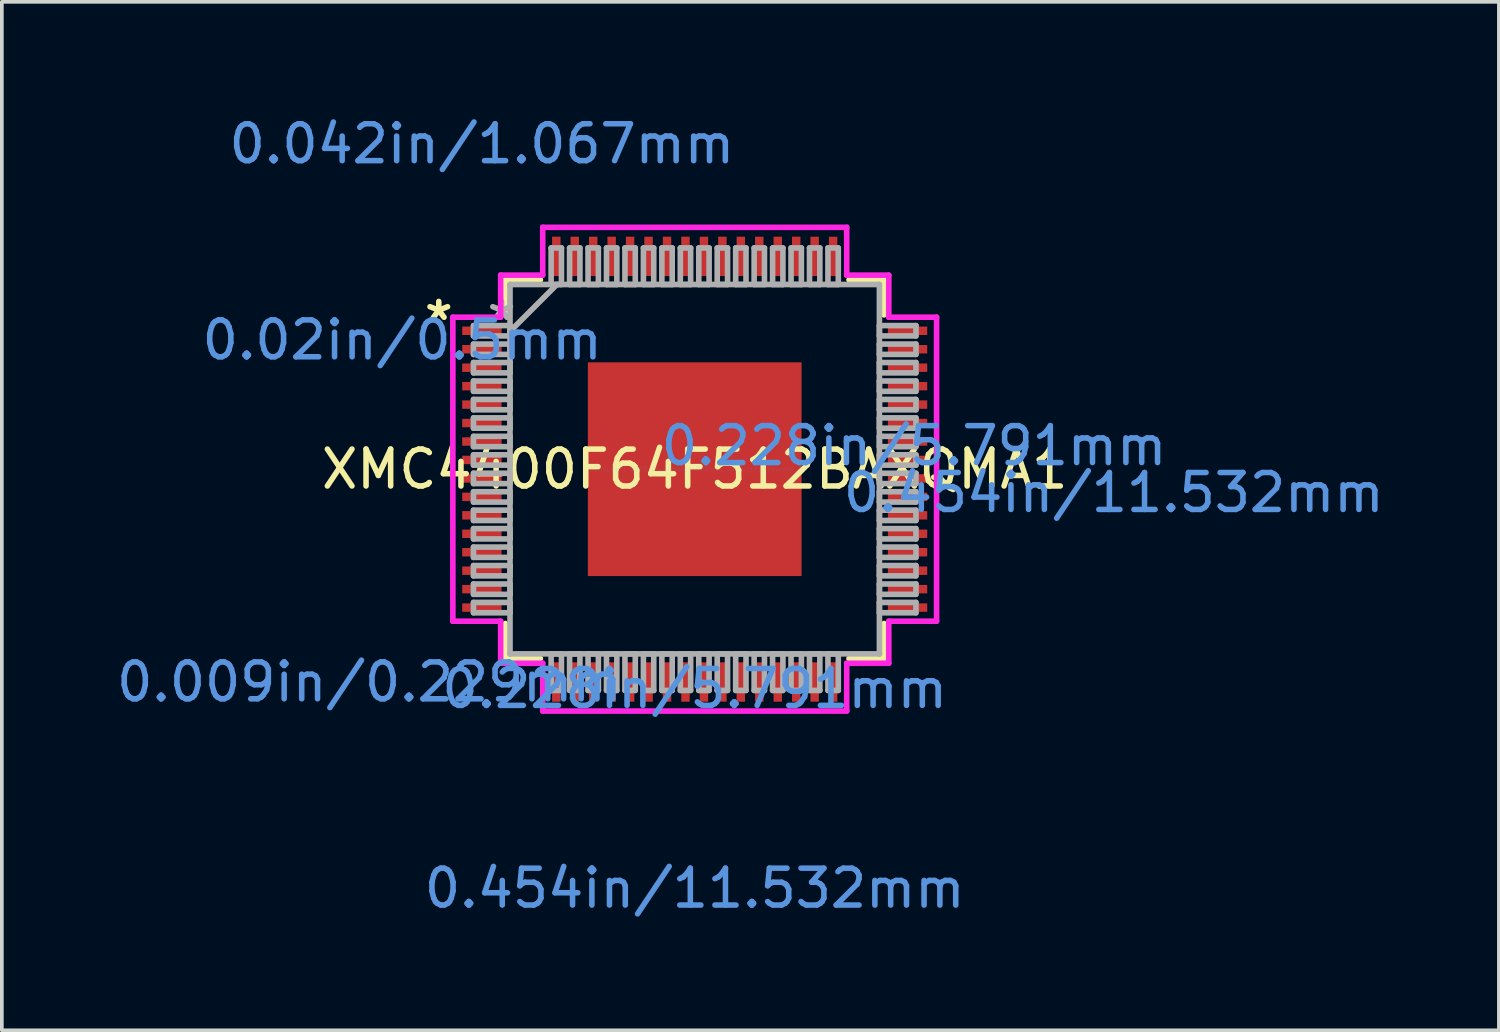
<source format=kicad_pcb>
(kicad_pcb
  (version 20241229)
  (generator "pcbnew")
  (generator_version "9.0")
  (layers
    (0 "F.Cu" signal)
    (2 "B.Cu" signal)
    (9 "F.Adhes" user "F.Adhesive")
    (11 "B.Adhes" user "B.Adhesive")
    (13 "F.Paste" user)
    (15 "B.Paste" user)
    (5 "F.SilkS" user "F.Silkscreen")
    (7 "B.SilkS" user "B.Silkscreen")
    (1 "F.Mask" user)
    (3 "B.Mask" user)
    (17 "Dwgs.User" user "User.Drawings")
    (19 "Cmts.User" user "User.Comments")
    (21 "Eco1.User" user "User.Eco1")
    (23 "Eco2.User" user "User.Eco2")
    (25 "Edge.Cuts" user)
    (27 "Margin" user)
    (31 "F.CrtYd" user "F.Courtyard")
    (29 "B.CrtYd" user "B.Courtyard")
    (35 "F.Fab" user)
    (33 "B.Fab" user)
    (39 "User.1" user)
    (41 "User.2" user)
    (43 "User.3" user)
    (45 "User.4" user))
  (footprint "XMC4400F64F512BAXQMA1"
    (layer "F.Cu")
    (at 15.772 9.662)
    (property "Reference" "XMC4400F64F512BAXQMA1" (at 0 0 0) (layer "F.SilkS") (effects (font (size 1 1) (thickness 0.15))))
    (attr through_hole)
    (fp_line (start -5.131 -5.131) (end -5.131 -4.181) (stroke (width 0.152) (type solid)) (layer "F.SilkS"))
    (fp_line (start -5.131 4.181) (end -5.131 5.131) (stroke (width 0.152) (type solid)) (layer "F.SilkS"))
    (fp_line (start -5.131 5.131) (end -4.181 5.131) (stroke (width 0.152) (type solid)) (layer "F.SilkS"))
    (fp_line (start -4.181 -5.131) (end -5.131 -5.131) (stroke (width 0.152) (type solid)) (layer "F.SilkS"))
    (fp_line (start 4.181 5.131) (end 5.131 5.131) (stroke (width 0.152) (type solid)) (layer "F.SilkS"))
    (fp_line (start 5.131 -5.131) (end 4.181 -5.131) (stroke (width 0.152) (type solid)) (layer "F.SilkS"))
    (fp_line (start 5.131 -4.181) (end 5.131 -5.131) (stroke (width 0.152) (type solid)) (layer "F.SilkS"))
    (fp_line (start 5.131 5.131) (end 5.131 4.181) (stroke (width 0.152) (type solid)) (layer "F.SilkS"))
    (fp_line (start -6.553 -4.118) (end -5.258 -4.118) (stroke (width 0.152) (type solid)) (layer "F.CrtYd"))
    (fp_line (start -6.553 4.118) (end -6.553 -4.118) (stroke (width 0.152) (type solid)) (layer "F.CrtYd"))
    (fp_line (start -5.258 -5.258) (end -4.118 -5.258) (stroke (width 0.152) (type solid)) (layer "F.CrtYd"))
    (fp_line (start -5.258 -4.118) (end -5.258 -5.258) (stroke (width 0.152) (type solid)) (layer "F.CrtYd"))
    (fp_line (start -5.258 4.118) (end -6.553 4.118) (stroke (width 0.152) (type solid)) (layer "F.CrtYd"))
    (fp_line (start -5.258 5.258) (end -5.258 4.118) (stroke (width 0.152) (type solid)) (layer "F.CrtYd"))
    (fp_line (start -4.118 -6.553) (end 4.118 -6.553) (stroke (width 0.152) (type solid)) (layer "F.CrtYd"))
    (fp_line (start -4.118 -5.258) (end -4.118 -6.553) (stroke (width 0.152) (type solid)) (layer "F.CrtYd"))
    (fp_line (start -4.118 5.258) (end -5.258 5.258) (stroke (width 0.152) (type solid)) (layer "F.CrtYd"))
    (fp_line (start -4.118 6.553) (end -4.118 5.258) (stroke (width 0.152) (type solid)) (layer "F.CrtYd"))
    (fp_line (start 4.118 -6.553) (end 4.118 -5.258) (stroke (width 0.152) (type solid)) (layer "F.CrtYd"))
    (fp_line (start 4.118 -5.258) (end 5.258 -5.258) (stroke (width 0.152) (type solid)) (layer "F.CrtYd"))
    (fp_line (start 4.118 5.258) (end 4.118 6.553) (stroke (width 0.152) (type solid)) (layer "F.CrtYd"))
    (fp_line (start 4.118 6.553) (end -4.118 6.553) (stroke (width 0.152) (type solid)) (layer "F.CrtYd"))
    (fp_line (start 5.258 -5.258) (end 5.258 -4.118) (stroke (width 0.152) (type solid)) (layer "F.CrtYd"))
    (fp_line (start 5.258 -4.118) (end 6.553 -4.118) (stroke (width 0.152) (type solid)) (layer "F.CrtYd"))
    (fp_line (start 5.258 4.118) (end 5.258 5.258) (stroke (width 0.152) (type solid)) (layer "F.CrtYd"))
    (fp_line (start 5.258 5.258) (end 4.118 5.258) (stroke (width 0.152) (type solid)) (layer "F.CrtYd"))
    (fp_line (start 6.553 -4.118) (end 6.553 4.118) (stroke (width 0.152) (type solid)) (layer "F.CrtYd"))
    (fp_line (start 6.553 4.118) (end 5.258 4.118) (stroke (width 0.152) (type solid)) (layer "F.CrtYd"))
    (fp_line (start -5.994 -3.89) (end -5.994 -3.61) (stroke (width 0.152) (type solid)) (layer "F.Fab"))
    (fp_line (start -5.994 -3.61) (end -5.004 -3.61) (stroke (width 0.152) (type solid)) (layer "F.Fab"))
    (fp_line (start -5.994 -3.39) (end -5.994 -3.11) (stroke (width 0.152) (type solid)) (layer "F.Fab"))
    (fp_line (start -5.994 -3.11) (end -5.004 -3.11) (stroke (width 0.152) (type solid)) (layer "F.Fab"))
    (fp_line (start -5.994 -2.89) (end -5.994 -2.61) (stroke (width 0.152) (type solid)) (layer "F.Fab"))
    (fp_line (start -5.994 -2.61) (end -5.004 -2.61) (stroke (width 0.152) (type solid)) (layer "F.Fab"))
    (fp_line (start -5.994 -2.39) (end -5.994 -2.11) (stroke (width 0.152) (type solid)) (layer "F.Fab"))
    (fp_line (start -5.994 -2.11) (end -5.004 -2.11) (stroke (width 0.152) (type solid)) (layer "F.Fab"))
    (fp_line (start -5.994 -1.89) (end -5.994 -1.61) (stroke (width 0.152) (type solid)) (layer "F.Fab"))
    (fp_line (start -5.994 -1.61) (end -5.004 -1.61) (stroke (width 0.152) (type solid)) (layer "F.Fab"))
    (fp_line (start -5.994 -1.39) (end -5.994 -1.11) (stroke (width 0.152) (type solid)) (layer "F.Fab"))
    (fp_line (start -5.994 -1.11) (end -5.004 -1.11) (stroke (width 0.152) (type solid)) (layer "F.Fab"))
    (fp_line (start -5.994 -0.89) (end -5.994 -0.61) (stroke (width 0.152) (type solid)) (layer "F.Fab"))
    (fp_line (start -5.994 -0.61) (end -5.004 -0.61) (stroke (width 0.152) (type solid)) (layer "F.Fab"))
    (fp_line (start -5.994 -0.39) (end -5.994 -0.11) (stroke (width 0.152) (type solid)) (layer "F.Fab"))
    (fp_line (start -5.994 -0.11) (end -5.004 -0.11) (stroke (width 0.152) (type solid)) (layer "F.Fab"))
    (fp_line (start -5.994 0.11) (end -5.994 0.39) (stroke (width 0.152) (type solid)) (layer "F.Fab"))
    (fp_line (start -5.994 0.39) (end -5.004 0.39) (stroke (width 0.152) (type solid)) (layer "F.Fab"))
    (fp_line (start -5.994 0.61) (end -5.994 0.89) (stroke (width 0.152) (type solid)) (layer "F.Fab"))
    (fp_line (start -5.994 0.89) (end -5.004 0.89) (stroke (width 0.152) (type solid)) (layer "F.Fab"))
    (fp_line (start -5.994 1.11) (end -5.994 1.39) (stroke (width 0.152) (type solid)) (layer "F.Fab"))
    (fp_line (start -5.994 1.39) (end -5.004 1.39) (stroke (width 0.152) (type solid)) (layer "F.Fab"))
    (fp_line (start -5.994 1.61) (end -5.994 1.89) (stroke (width 0.152) (type solid)) (layer "F.Fab"))
    (fp_line (start -5.994 1.89) (end -5.004 1.89) (stroke (width 0.152) (type solid)) (layer "F.Fab"))
    (fp_line (start -5.994 2.11) (end -5.994 2.39) (stroke (width 0.152) (type solid)) (layer "F.Fab"))
    (fp_line (start -5.994 2.39) (end -5.004 2.39) (stroke (width 0.152) (type solid)) (layer "F.Fab"))
    (fp_line (start -5.994 2.61) (end -5.994 2.89) (stroke (width 0.152) (type solid)) (layer "F.Fab"))
    (fp_line (start -5.994 2.89) (end -5.004 2.89) (stroke (width 0.152) (type solid)) (layer "F.Fab"))
    (fp_line (start -5.994 3.11) (end -5.994 3.39) (stroke (width 0.152) (type solid)) (layer "F.Fab"))
    (fp_line (start -5.994 3.39) (end -5.004 3.39) (stroke (width 0.152) (type solid)) (layer "F.Fab"))
    (fp_line (start -5.994 3.61) (end -5.994 3.89) (stroke (width 0.152) (type solid)) (layer "F.Fab"))
    (fp_line (start -5.994 3.89) (end -5.004 3.89) (stroke (width 0.152) (type solid)) (layer "F.Fab"))
    (fp_line (start -5.004 -5.004) (end -5.004 -5.004) (stroke (width 0.152) (type solid)) (layer "F.Fab"))
    (fp_line (start -5.004 -5.004) (end -5.004 5.004) (stroke (width 0.152) (type solid)) (layer "F.Fab"))
    (fp_line (start -5.004 -3.89) (end -5.994 -3.89) (stroke (width 0.152) (type solid)) (layer "F.Fab"))
    (fp_line (start -5.004 -3.734) (end -3.734 -5.004) (stroke (width 0.152) (type solid)) (layer "F.Fab"))
    (fp_line (start -5.004 -3.61) (end -5.004 -3.89) (stroke (width 0.152) (type solid)) (layer "F.Fab"))
    (fp_line (start -5.004 -3.39) (end -5.994 -3.39) (stroke (width 0.152) (type solid)) (layer "F.Fab"))
    (fp_line (start -5.004 -3.11) (end -5.004 -3.39) (stroke (width 0.152) (type solid)) (layer "F.Fab"))
    (fp_line (start -5.004 -2.89) (end -5.994 -2.89) (stroke (width 0.152) (type solid)) (layer "F.Fab"))
    (fp_line (start -5.004 -2.61) (end -5.004 -2.89) (stroke (width 0.152) (type solid)) (layer "F.Fab"))
    (fp_line (start -5.004 -2.39) (end -5.994 -2.39) (stroke (width 0.152) (type solid)) (layer "F.Fab"))
    (fp_line (start -5.004 -2.11) (end -5.004 -2.39) (stroke (width 0.152) (type solid)) (layer "F.Fab"))
    (fp_line (start -5.004 -1.89) (end -5.994 -1.89) (stroke (width 0.152) (type solid)) (layer "F.Fab"))
    (fp_line (start -5.004 -1.61) (end -5.004 -1.89) (stroke (width 0.152) (type solid)) (layer "F.Fab"))
    (fp_line (start -5.004 -1.39) (end -5.994 -1.39) (stroke (width 0.152) (type solid)) (layer "F.Fab"))
    (fp_line (start -5.004 -1.11) (end -5.004 -1.39) (stroke (width 0.152) (type solid)) (layer "F.Fab"))
    (fp_line (start -5.004 -0.89) (end -5.994 -0.89) (stroke (width 0.152) (type solid)) (layer "F.Fab"))
    (fp_line (start -5.004 -0.61) (end -5.004 -0.89) (stroke (width 0.152) (type solid)) (layer "F.Fab"))
    (fp_line (start -5.004 -0.39) (end -5.994 -0.39) (stroke (width 0.152) (type solid)) (layer "F.Fab"))
    (fp_line (start -5.004 -0.11) (end -5.004 -0.39) (stroke (width 0.152) (type solid)) (layer "F.Fab"))
    (fp_line (start -5.004 0.11) (end -5.994 0.11) (stroke (width 0.152) (type solid)) (layer "F.Fab"))
    (fp_line (start -5.004 0.39) (end -5.004 0.11) (stroke (width 0.152) (type solid)) (layer "F.Fab"))
    (fp_line (start -5.004 0.61) (end -5.994 0.61) (stroke (width 0.152) (type solid)) (layer "F.Fab"))
    (fp_line (start -5.004 0.89) (end -5.004 0.61) (stroke (width 0.152) (type solid)) (layer "F.Fab"))
    (fp_line (start -5.004 1.11) (end -5.994 1.11) (stroke (width 0.152) (type solid)) (layer "F.Fab"))
    (fp_line (start -5.004 1.39) (end -5.004 1.11) (stroke (width 0.152) (type solid)) (layer "F.Fab"))
    (fp_line (start -5.004 1.61) (end -5.994 1.61) (stroke (width 0.152) (type solid)) (layer "F.Fab"))
    (fp_line (start -5.004 1.89) (end -5.004 1.61) (stroke (width 0.152) (type solid)) (layer "F.Fab"))
    (fp_line (start -5.004 2.11) (end -5.994 2.11) (stroke (width 0.152) (type solid)) (layer "F.Fab"))
    (fp_line (start -5.004 2.39) (end -5.004 2.11) (stroke (width 0.152) (type solid)) (layer "F.Fab"))
    (fp_line (start -5.004 2.61) (end -5.994 2.61) (stroke (width 0.152) (type solid)) (layer "F.Fab"))
    (fp_line (start -5.004 2.89) (end -5.004 2.61) (stroke (width 0.152) (type solid)) (layer "F.Fab"))
    (fp_line (start -5.004 3.11) (end -5.994 3.11) (stroke (width 0.152) (type solid)) (layer "F.Fab"))
    (fp_line (start -5.004 3.39) (end -5.004 3.11) (stroke (width 0.152) (type solid)) (layer "F.Fab"))
    (fp_line (start -5.004 3.61) (end -5.994 3.61) (stroke (width 0.152) (type solid)) (layer "F.Fab"))
    (fp_line (start -5.004 3.89) (end -5.004 3.61) (stroke (width 0.152) (type solid)) (layer "F.Fab"))
    (fp_line (start -5.004 5.004) (end -5.004 5.004) (stroke (width 0.152) (type solid)) (layer "F.Fab"))
    (fp_line (start -5.004 5.004) (end 5.004 5.004) (stroke (width 0.152) (type solid)) (layer "F.Fab"))
    (fp_line (start -3.89 -5.994) (end -3.89 -5.004) (stroke (width 0.152) (type solid)) (layer "F.Fab"))
    (fp_line (start -3.89 -5.004) (end -3.61 -5.004) (stroke (width 0.152) (type solid)) (layer "F.Fab"))
    (fp_line (start -3.89 5.004) (end -3.89 5.994) (stroke (width 0.152) (type solid)) (layer "F.Fab"))
    (fp_line (start -3.89 5.994) (end -3.61 5.994) (stroke (width 0.152) (type solid)) (layer "F.Fab"))
    (fp_line (start -3.61 -5.994) (end -3.89 -5.994) (stroke (width 0.152) (type solid)) (layer "F.Fab"))
    (fp_line (start -3.61 -5.004) (end -3.61 -5.994) (stroke (width 0.152) (type solid)) (layer "F.Fab"))
    (fp_line (start -3.61 5.004) (end -3.89 5.004) (stroke (width 0.152) (type solid)) (layer "F.Fab"))
    (fp_line (start -3.61 5.994) (end -3.61 5.004) (stroke (width 0.152) (type solid)) (layer "F.Fab"))
    (fp_line (start -3.39 -5.994) (end -3.39 -5.004) (stroke (width 0.152) (type solid)) (layer "F.Fab"))
    (fp_line (start -3.39 -5.004) (end -3.11 -5.004) (stroke (width 0.152) (type solid)) (layer "F.Fab"))
    (fp_line (start -3.39 5.004) (end -3.39 5.994) (stroke (width 0.152) (type solid)) (layer "F.Fab"))
    (fp_line (start -3.39 5.994) (end -3.11 5.994) (stroke (width 0.152) (type solid)) (layer "F.Fab"))
    (fp_line (start -3.11 -5.994) (end -3.39 -5.994) (stroke (width 0.152) (type solid)) (layer "F.Fab"))
    (fp_line (start -3.11 -5.004) (end -3.11 -5.994) (stroke (width 0.152) (type solid)) (layer "F.Fab"))
    (fp_line (start -3.11 5.004) (end -3.39 5.004) (stroke (width 0.152) (type solid)) (layer "F.Fab"))
    (fp_line (start -3.11 5.994) (end -3.11 5.004) (stroke (width 0.152) (type solid)) (layer "F.Fab"))
    (fp_line (start -2.89 -5.994) (end -2.89 -5.004) (stroke (width 0.152) (type solid)) (layer "F.Fab"))
    (fp_line (start -2.89 -5.004) (end -2.61 -5.004) (stroke (width 0.152) (type solid)) (layer "F.Fab"))
    (fp_line (start -2.89 5.004) (end -2.89 5.994) (stroke (width 0.152) (type solid)) (layer "F.Fab"))
    (fp_line (start -2.89 5.994) (end -2.61 5.994) (stroke (width 0.152) (type solid)) (layer "F.Fab"))
    (fp_line (start -2.61 -5.994) (end -2.89 -5.994) (stroke (width 0.152) (type solid)) (layer "F.Fab"))
    (fp_line (start -2.61 -5.004) (end -2.61 -5.994) (stroke (width 0.152) (type solid)) (layer "F.Fab"))
    (fp_line (start -2.61 5.004) (end -2.89 5.004) (stroke (width 0.152) (type solid)) (layer "F.Fab"))
    (fp_line (start -2.61 5.994) (end -2.61 5.004) (stroke (width 0.152) (type solid)) (layer "F.Fab"))
    (fp_line (start -2.39 -5.994) (end -2.39 -5.004) (stroke (width 0.152) (type solid)) (layer "F.Fab"))
    (fp_line (start -2.39 -5.004) (end -2.11 -5.004) (stroke (width 0.152) (type solid)) (layer "F.Fab"))
    (fp_line (start -2.39 5.004) (end -2.39 5.994) (stroke (width 0.152) (type solid)) (layer "F.Fab"))
    (fp_line (start -2.39 5.994) (end -2.11 5.994) (stroke (width 0.152) (type solid)) (layer "F.Fab"))
    (fp_line (start -2.11 -5.994) (end -2.39 -5.994) (stroke (width 0.152) (type solid)) (layer "F.Fab"))
    (fp_line (start -2.11 -5.004) (end -2.11 -5.994) (stroke (width 0.152) (type solid)) (layer "F.Fab"))
    (fp_line (start -2.11 5.004) (end -2.39 5.004) (stroke (width 0.152) (type solid)) (layer "F.Fab"))
    (fp_line (start -2.11 5.994) (end -2.11 5.004) (stroke (width 0.152) (type solid)) (layer "F.Fab"))
    (fp_line (start -1.89 -5.994) (end -1.89 -5.004) (stroke (width 0.152) (type solid)) (layer "F.Fab"))
    (fp_line (start -1.89 -5.004) (end -1.61 -5.004) (stroke (width 0.152) (type solid)) (layer "F.Fab"))
    (fp_line (start -1.89 5.004) (end -1.89 5.994) (stroke (width 0.152) (type solid)) (layer "F.Fab"))
    (fp_line (start -1.89 5.994) (end -1.61 5.994) (stroke (width 0.152) (type solid)) (layer "F.Fab"))
    (fp_line (start -1.61 -5.994) (end -1.89 -5.994) (stroke (width 0.152) (type solid)) (layer "F.Fab"))
    (fp_line (start -1.61 -5.004) (end -1.61 -5.994) (stroke (width 0.152) (type solid)) (layer "F.Fab"))
    (fp_line (start -1.61 5.004) (end -1.89 5.004) (stroke (width 0.152) (type solid)) (layer "F.Fab"))
    (fp_line (start -1.61 5.994) (end -1.61 5.004) (stroke (width 0.152) (type solid)) (layer "F.Fab"))
    (fp_line (start -1.39 -5.994) (end -1.39 -5.004) (stroke (width 0.152) (type solid)) (layer "F.Fab"))
    (fp_line (start -1.39 -5.004) (end -1.11 -5.004) (stroke (width 0.152) (type solid)) (layer "F.Fab"))
    (fp_line (start -1.39 5.004) (end -1.39 5.994) (stroke (width 0.152) (type solid)) (layer "F.Fab"))
    (fp_line (start -1.39 5.994) (end -1.11 5.994) (stroke (width 0.152) (type solid)) (layer "F.Fab"))
    (fp_line (start -1.11 -5.994) (end -1.39 -5.994) (stroke (width 0.152) (type solid)) (layer "F.Fab"))
    (fp_line (start -1.11 -5.004) (end -1.11 -5.994) (stroke (width 0.152) (type solid)) (layer "F.Fab"))
    (fp_line (start -1.11 5.004) (end -1.39 5.004) (stroke (width 0.152) (type solid)) (layer "F.Fab"))
    (fp_line (start -1.11 5.994) (end -1.11 5.004) (stroke (width 0.152) (type solid)) (layer "F.Fab"))
    (fp_line (start -0.89 -5.994) (end -0.89 -5.004) (stroke (width 0.152) (type solid)) (layer "F.Fab"))
    (fp_line (start -0.89 -5.004) (end -0.61 -5.004) (stroke (width 0.152) (type solid)) (layer "F.Fab"))
    (fp_line (start -0.89 5.004) (end -0.89 5.994) (stroke (width 0.152) (type solid)) (layer "F.Fab"))
    (fp_line (start -0.89 5.994) (end -0.61 5.994) (stroke (width 0.152) (type solid)) (layer "F.Fab"))
    (fp_line (start -0.61 -5.994) (end -0.89 -5.994) (stroke (width 0.152) (type solid)) (layer "F.Fab"))
    (fp_line (start -0.61 -5.004) (end -0.61 -5.994) (stroke (width 0.152) (type solid)) (layer "F.Fab"))
    (fp_line (start -0.61 5.004) (end -0.89 5.004) (stroke (width 0.152) (type solid)) (layer "F.Fab"))
    (fp_line (start -0.61 5.994) (end -0.61 5.004) (stroke (width 0.152) (type solid)) (layer "F.Fab"))
    (fp_line (start -0.39 -5.994) (end -0.39 -5.004) (stroke (width 0.152) (type solid)) (layer "F.Fab"))
    (fp_line (start -0.39 -5.004) (end -0.11 -5.004) (stroke (width 0.152) (type solid)) (layer "F.Fab"))
    (fp_line (start -0.39 5.004) (end -0.39 5.994) (stroke (width 0.152) (type solid)) (layer "F.Fab"))
    (fp_line (start -0.39 5.994) (end -0.11 5.994) (stroke (width 0.152) (type solid)) (layer "F.Fab"))
    (fp_line (start -0.11 -5.994) (end -0.39 -5.994) (stroke (width 0.152) (type solid)) (layer "F.Fab"))
    (fp_line (start -0.11 -5.004) (end -0.11 -5.994) (stroke (width 0.152) (type solid)) (layer "F.Fab"))
    (fp_line (start -0.11 5.004) (end -0.39 5.004) (stroke (width 0.152) (type solid)) (layer "F.Fab"))
    (fp_line (start -0.11 5.994) (end -0.11 5.004) (stroke (width 0.152) (type solid)) (layer "F.Fab"))
    (fp_line (start 0.11 -5.994) (end 0.11 -5.004) (stroke (width 0.152) (type solid)) (layer "F.Fab"))
    (fp_line (start 0.11 -5.004) (end 0.39 -5.004) (stroke (width 0.152) (type solid)) (layer "F.Fab"))
    (fp_line (start 0.11 5.004) (end 0.11 5.994) (stroke (width 0.152) (type solid)) (layer "F.Fab"))
    (fp_line (start 0.11 5.994) (end 0.39 5.994) (stroke (width 0.152) (type solid)) (layer "F.Fab"))
    (fp_line (start 0.39 -5.994) (end 0.11 -5.994) (stroke (width 0.152) (type solid)) (layer "F.Fab"))
    (fp_line (start 0.39 -5.004) (end 0.39 -5.994) (stroke (width 0.152) (type solid)) (layer "F.Fab"))
    (fp_line (start 0.39 5.004) (end 0.11 5.004) (stroke (width 0.152) (type solid)) (layer "F.Fab"))
    (fp_line (start 0.39 5.994) (end 0.39 5.004) (stroke (width 0.152) (type solid)) (layer "F.Fab"))
    (fp_line (start 0.61 -5.994) (end 0.61 -5.004) (stroke (width 0.152) (type solid)) (layer "F.Fab"))
    (fp_line (start 0.61 -5.004) (end 0.89 -5.004) (stroke (width 0.152) (type solid)) (layer "F.Fab"))
    (fp_line (start 0.61 5.004) (end 0.61 5.994) (stroke (width 0.152) (type solid)) (layer "F.Fab"))
    (fp_line (start 0.61 5.994) (end 0.89 5.994) (stroke (width 0.152) (type solid)) (layer "F.Fab"))
    (fp_line (start 0.89 -5.994) (end 0.61 -5.994) (stroke (width 0.152) (type solid)) (layer "F.Fab"))
    (fp_line (start 0.89 -5.004) (end 0.89 -5.994) (stroke (width 0.152) (type solid)) (layer "F.Fab"))
    (fp_line (start 0.89 5.004) (end 0.61 5.004) (stroke (width 0.152) (type solid)) (layer "F.Fab"))
    (fp_line (start 0.89 5.994) (end 0.89 5.004) (stroke (width 0.152) (type solid)) (layer "F.Fab"))
    (fp_line (start 1.11 -5.994) (end 1.11 -5.004) (stroke (width 0.152) (type solid)) (layer "F.Fab"))
    (fp_line (start 1.11 -5.004) (end 1.39 -5.004) (stroke (width 0.152) (type solid)) (layer "F.Fab"))
    (fp_line (start 1.11 5.004) (end 1.11 5.994) (stroke (width 0.152) (type solid)) (layer "F.Fab"))
    (fp_line (start 1.11 5.994) (end 1.39 5.994) (stroke (width 0.152) (type solid)) (layer "F.Fab"))
    (fp_line (start 1.39 -5.994) (end 1.11 -5.994) (stroke (width 0.152) (type solid)) (layer "F.Fab"))
    (fp_line (start 1.39 -5.004) (end 1.39 -5.994) (stroke (width 0.152) (type solid)) (layer "F.Fab"))
    (fp_line (start 1.39 5.004) (end 1.11 5.004) (stroke (width 0.152) (type solid)) (layer "F.Fab"))
    (fp_line (start 1.39 5.994) (end 1.39 5.004) (stroke (width 0.152) (type solid)) (layer "F.Fab"))
    (fp_line (start 1.61 -5.994) (end 1.61 -5.004) (stroke (width 0.152) (type solid)) (layer "F.Fab"))
    (fp_line (start 1.61 -5.004) (end 1.89 -5.004) (stroke (width 0.152) (type solid)) (layer "F.Fab"))
    (fp_line (start 1.61 5.004) (end 1.61 5.994) (stroke (width 0.152) (type solid)) (layer "F.Fab"))
    (fp_line (start 1.61 5.994) (end 1.89 5.994) (stroke (width 0.152) (type solid)) (layer "F.Fab"))
    (fp_line (start 1.89 -5.994) (end 1.61 -5.994) (stroke (width 0.152) (type solid)) (layer "F.Fab"))
    (fp_line (start 1.89 -5.004) (end 1.89 -5.994) (stroke (width 0.152) (type solid)) (layer "F.Fab"))
    (fp_line (start 1.89 5.004) (end 1.61 5.004) (stroke (width 0.152) (type solid)) (layer "F.Fab"))
    (fp_line (start 1.89 5.994) (end 1.89 5.004) (stroke (width 0.152) (type solid)) (layer "F.Fab"))
    (fp_line (start 2.11 -5.994) (end 2.11 -5.004) (stroke (width 0.152) (type solid)) (layer "F.Fab"))
    (fp_line (start 2.11 -5.004) (end 2.39 -5.004) (stroke (width 0.152) (type solid)) (layer "F.Fab"))
    (fp_line (start 2.11 5.004) (end 2.11 5.994) (stroke (width 0.152) (type solid)) (layer "F.Fab"))
    (fp_line (start 2.11 5.994) (end 2.39 5.994) (stroke (width 0.152) (type solid)) (layer "F.Fab"))
    (fp_line (start 2.39 -5.994) (end 2.11 -5.994) (stroke (width 0.152) (type solid)) (layer "F.Fab"))
    (fp_line (start 2.39 -5.004) (end 2.39 -5.994) (stroke (width 0.152) (type solid)) (layer "F.Fab"))
    (fp_line (start 2.39 5.004) (end 2.11 5.004) (stroke (width 0.152) (type solid)) (layer "F.Fab"))
    (fp_line (start 2.39 5.994) (end 2.39 5.004) (stroke (width 0.152) (type solid)) (layer "F.Fab"))
    (fp_line (start 2.61 -5.994) (end 2.61 -5.004) (stroke (width 0.152) (type solid)) (layer "F.Fab"))
    (fp_line (start 2.61 -5.004) (end 2.89 -5.004) (stroke (width 0.152) (type solid)) (layer "F.Fab"))
    (fp_line (start 2.61 5.004) (end 2.61 5.994) (stroke (width 0.152) (type solid)) (layer "F.Fab"))
    (fp_line (start 2.61 5.994) (end 2.89 5.994) (stroke (width 0.152) (type solid)) (layer "F.Fab"))
    (fp_line (start 2.89 -5.994) (end 2.61 -5.994) (stroke (width 0.152) (type solid)) (layer "F.Fab"))
    (fp_line (start 2.89 -5.004) (end 2.89 -5.994) (stroke (width 0.152) (type solid)) (layer "F.Fab"))
    (fp_line (start 2.89 5.004) (end 2.61 5.004) (stroke (width 0.152) (type solid)) (layer "F.Fab"))
    (fp_line (start 2.89 5.994) (end 2.89 5.004) (stroke (width 0.152) (type solid)) (layer "F.Fab"))
    (fp_line (start 3.11 -5.994) (end 3.11 -5.004) (stroke (width 0.152) (type solid)) (layer "F.Fab"))
    (fp_line (start 3.11 -5.004) (end 3.39 -5.004) (stroke (width 0.152) (type solid)) (layer "F.Fab"))
    (fp_line (start 3.11 5.004) (end 3.11 5.994) (stroke (width 0.152) (type solid)) (layer "F.Fab"))
    (fp_line (start 3.11 5.994) (end 3.39 5.994) (stroke (width 0.152) (type solid)) (layer "F.Fab"))
    (fp_line (start 3.39 -5.994) (end 3.11 -5.994) (stroke (width 0.152) (type solid)) (layer "F.Fab"))
    (fp_line (start 3.39 -5.004) (end 3.39 -5.994) (stroke (width 0.152) (type solid)) (layer "F.Fab"))
    (fp_line (start 3.39 5.004) (end 3.11 5.004) (stroke (width 0.152) (type solid)) (layer "F.Fab"))
    (fp_line (start 3.39 5.994) (end 3.39 5.004) (stroke (width 0.152) (type solid)) (layer "F.Fab"))
    (fp_line (start 3.61 -5.994) (end 3.61 -5.004) (stroke (width 0.152) (type solid)) (layer "F.Fab"))
    (fp_line (start 3.61 -5.004) (end 3.89 -5.004) (stroke (width 0.152) (type solid)) (layer "F.Fab"))
    (fp_line (start 3.61 5.004) (end 3.61 5.994) (stroke (width 0.152) (type solid)) (layer "F.Fab"))
    (fp_line (start 3.61 5.994) (end 3.89 5.994) (stroke (width 0.152) (type solid)) (layer "F.Fab"))
    (fp_line (start 3.89 -5.994) (end 3.61 -5.994) (stroke (width 0.152) (type solid)) (layer "F.Fab"))
    (fp_line (start 3.89 -5.004) (end 3.89 -5.994) (stroke (width 0.152) (type solid)) (layer "F.Fab"))
    (fp_line (start 3.89 5.004) (end 3.61 5.004) (stroke (width 0.152) (type solid)) (layer "F.Fab"))
    (fp_line (start 3.89 5.994) (end 3.89 5.004) (stroke (width 0.152) (type solid)) (layer "F.Fab"))
    (fp_line (start 5.004 -5.004) (end -5.004 -5.004) (stroke (width 0.152) (type solid)) (layer "F.Fab"))
    (fp_line (start 5.004 -5.004) (end 5.004 -5.004) (stroke (width 0.152) (type solid)) (layer "F.Fab"))
    (fp_line (start 5.004 -3.89) (end 5.004 -3.61) (stroke (width 0.152) (type solid)) (layer "F.Fab"))
    (fp_line (start 5.004 -3.61) (end 5.994 -3.61) (stroke (width 0.152) (type solid)) (layer "F.Fab"))
    (fp_line (start 5.004 -3.39) (end 5.004 -3.11) (stroke (width 0.152) (type solid)) (layer "F.Fab"))
    (fp_line (start 5.004 -3.11) (end 5.994 -3.11) (stroke (width 0.152) (type solid)) (layer "F.Fab"))
    (fp_line (start 5.004 -2.89) (end 5.004 -2.61) (stroke (width 0.152) (type solid)) (layer "F.Fab"))
    (fp_line (start 5.004 -2.61) (end 5.994 -2.61) (stroke (width 0.152) (type solid)) (layer "F.Fab"))
    (fp_line (start 5.004 -2.39) (end 5.004 -2.11) (stroke (width 0.152) (type solid)) (layer "F.Fab"))
    (fp_line (start 5.004 -2.11) (end 5.994 -2.11) (stroke (width 0.152) (type solid)) (layer "F.Fab"))
    (fp_line (start 5.004 -1.89) (end 5.004 -1.61) (stroke (width 0.152) (type solid)) (layer "F.Fab"))
    (fp_line (start 5.004 -1.61) (end 5.994 -1.61) (stroke (width 0.152) (type solid)) (layer "F.Fab"))
    (fp_line (start 5.004 -1.39) (end 5.004 -1.11) (stroke (width 0.152) (type solid)) (layer "F.Fab"))
    (fp_line (start 5.004 -1.11) (end 5.994 -1.11) (stroke (width 0.152) (type solid)) (layer "F.Fab"))
    (fp_line (start 5.004 -0.89) (end 5.004 -0.61) (stroke (width 0.152) (type solid)) (layer "F.Fab"))
    (fp_line (start 5.004 -0.61) (end 5.994 -0.61) (stroke (width 0.152) (type solid)) (layer "F.Fab"))
    (fp_line (start 5.004 -0.39) (end 5.004 -0.11) (stroke (width 0.152) (type solid)) (layer "F.Fab"))
    (fp_line (start 5.004 -0.11) (end 5.994 -0.11) (stroke (width 0.152) (type solid)) (layer "F.Fab"))
    (fp_line (start 5.004 0.11) (end 5.004 0.39) (stroke (width 0.152) (type solid)) (layer "F.Fab"))
    (fp_line (start 5.004 0.39) (end 5.994 0.39) (stroke (width 0.152) (type solid)) (layer "F.Fab"))
    (fp_line (start 5.004 0.61) (end 5.004 0.89) (stroke (width 0.152) (type solid)) (layer "F.Fab"))
    (fp_line (start 5.004 0.89) (end 5.994 0.89) (stroke (width 0.152) (type solid)) (layer "F.Fab"))
    (fp_line (start 5.004 1.11) (end 5.004 1.39) (stroke (width 0.152) (type solid)) (layer "F.Fab"))
    (fp_line (start 5.004 1.39) (end 5.994 1.39) (stroke (width 0.152) (type solid)) (layer "F.Fab"))
    (fp_line (start 5.004 1.61) (end 5.004 1.89) (stroke (width 0.152) (type solid)) (layer "F.Fab"))
    (fp_line (start 5.004 1.89) (end 5.994 1.89) (stroke (width 0.152) (type solid)) (layer "F.Fab"))
    (fp_line (start 5.004 2.11) (end 5.004 2.39) (stroke (width 0.152) (type solid)) (layer "F.Fab"))
    (fp_line (start 5.004 2.39) (end 5.994 2.39) (stroke (width 0.152) (type solid)) (layer "F.Fab"))
    (fp_line (start 5.004 2.61) (end 5.004 2.89) (stroke (width 0.152) (type solid)) (layer "F.Fab"))
    (fp_line (start 5.004 2.89) (end 5.994 2.89) (stroke (width 0.152) (type solid)) (layer "F.Fab"))
    (fp_line (start 5.004 3.11) (end 5.004 3.39) (stroke (width 0.152) (type solid)) (layer "F.Fab"))
    (fp_line (start 5.004 3.39) (end 5.994 3.39) (stroke (width 0.152) (type solid)) (layer "F.Fab"))
    (fp_line (start 5.004 3.61) (end 5.004 3.89) (stroke (width 0.152) (type solid)) (layer "F.Fab"))
    (fp_line (start 5.004 3.89) (end 5.994 3.89) (stroke (width 0.152) (type solid)) (layer "F.Fab"))
    (fp_line (start 5.004 5.004) (end 5.004 -5.004) (stroke (width 0.152) (type solid)) (layer "F.Fab"))
    (fp_line (start 5.004 5.004) (end 5.004 5.004) (stroke (width 0.152) (type solid)) (layer "F.Fab"))
    (fp_line (start 5.994 -3.89) (end 5.004 -3.89) (stroke (width 0.152) (type solid)) (layer "F.Fab"))
    (fp_line (start 5.994 -3.61) (end 5.994 -3.89) (stroke (width 0.152) (type solid)) (layer "F.Fab"))
    (fp_line (start 5.994 -3.39) (end 5.004 -3.39) (stroke (width 0.152) (type solid)) (layer "F.Fab"))
    (fp_line (start 5.994 -3.11) (end 5.994 -3.39) (stroke (width 0.152) (type solid)) (layer "F.Fab"))
    (fp_line (start 5.994 -2.89) (end 5.004 -2.89) (stroke (width 0.152) (type solid)) (layer "F.Fab"))
    (fp_line (start 5.994 -2.61) (end 5.994 -2.89) (stroke (width 0.152) (type solid)) (layer "F.Fab"))
    (fp_line (start 5.994 -2.39) (end 5.004 -2.39) (stroke (width 0.152) (type solid)) (layer "F.Fab"))
    (fp_line (start 5.994 -2.11) (end 5.994 -2.39) (stroke (width 0.152) (type solid)) (layer "F.Fab"))
    (fp_line (start 5.994 -1.89) (end 5.004 -1.89) (stroke (width 0.152) (type solid)) (layer "F.Fab"))
    (fp_line (start 5.994 -1.61) (end 5.994 -1.89) (stroke (width 0.152) (type solid)) (layer "F.Fab"))
    (fp_line (start 5.994 -1.39) (end 5.004 -1.39) (stroke (width 0.152) (type solid)) (layer "F.Fab"))
    (fp_line (start 5.994 -1.11) (end 5.994 -1.39) (stroke (width 0.152) (type solid)) (layer "F.Fab"))
    (fp_line (start 5.994 -0.89) (end 5.004 -0.89) (stroke (width 0.152) (type solid)) (layer "F.Fab"))
    (fp_line (start 5.994 -0.61) (end 5.994 -0.89) (stroke (width 0.152) (type solid)) (layer "F.Fab"))
    (fp_line (start 5.994 -0.39) (end 5.004 -0.39) (stroke (width 0.152) (type solid)) (layer "F.Fab"))
    (fp_line (start 5.994 -0.11) (end 5.994 -0.39) (stroke (width 0.152) (type solid)) (layer "F.Fab"))
    (fp_line (start 5.994 0.11) (end 5.004 0.11) (stroke (width 0.152) (type solid)) (layer "F.Fab"))
    (fp_line (start 5.994 0.39) (end 5.994 0.11) (stroke (width 0.152) (type solid)) (layer "F.Fab"))
    (fp_line (start 5.994 0.61) (end 5.004 0.61) (stroke (width 0.152) (type solid)) (layer "F.Fab"))
    (fp_line (start 5.994 0.89) (end 5.994 0.61) (stroke (width 0.152) (type solid)) (layer "F.Fab"))
    (fp_line (start 5.994 1.11) (end 5.004 1.11) (stroke (width 0.152) (type solid)) (layer "F.Fab"))
    (fp_line (start 5.994 1.39) (end 5.994 1.11) (stroke (width 0.152) (type solid)) (layer "F.Fab"))
    (fp_line (start 5.994 1.61) (end 5.004 1.61) (stroke (width 0.152) (type solid)) (layer "F.Fab"))
    (fp_line (start 5.994 1.89) (end 5.994 1.61) (stroke (width 0.152) (type solid)) (layer "F.Fab"))
    (fp_line (start 5.994 2.11) (end 5.004 2.11) (stroke (width 0.152) (type solid)) (layer "F.Fab"))
    (fp_line (start 5.994 2.39) (end 5.994 2.11) (stroke (width 0.152) (type solid)) (layer "F.Fab"))
    (fp_line (start 5.994 2.61) (end 5.004 2.61) (stroke (width 0.152) (type solid)) (layer "F.Fab"))
    (fp_line (start 5.994 2.89) (end 5.994 2.61) (stroke (width 0.152) (type solid)) (layer "F.Fab"))
    (fp_line (start 5.994 3.11) (end 5.004 3.11) (stroke (width 0.152) (type solid)) (layer "F.Fab"))
    (fp_line (start 5.994 3.39) (end 5.994 3.11) (stroke (width 0.152) (type solid)) (layer "F.Fab"))
    (fp_line (start 5.994 3.61) (end 5.004 3.61) (stroke (width 0.152) (type solid)) (layer "F.Fab"))
    (fp_line (start 5.994 3.89) (end 5.994 3.61) (stroke (width 0.152) (type solid)) (layer "F.Fab"))
    (fp_text user "*" (at -6.934 -4 0) (layer "F.SilkS") (effects (font (size 1 1) (thickness 0.15))))
    (fp_text user "0.454in/11.532mm" (at 0 11.354 0) (layer "Cmts.User") (effects (font (size 1 1) (thickness 0.15))))
    (fp_text user "0.228in/5.791mm" (at 0 5.944 0) (layer "Cmts.User") (effects (font (size 1 1) (thickness 0.15))))
    (fp_text user "0.042in/1.067mm" (at -5.766 -8.814 0) (layer "Cmts.User") (effects (font (size 1 1) (thickness 0.15))))
    (fp_text user "0.009in/0.229mm" (at -8.814 5.766 0) (layer "Cmts.User") (effects (font (size 1 1) (thickness 0.15))))
    (fp_text user "0.228in/5.791mm" (at 5.944 -0.635 0) (layer "Cmts.User") (effects (font (size 1 1) (thickness 0.15))))
    (fp_text user "0.02in/0.5mm" (at -7.925 -3.5 0) (layer "Cmts.User") (effects (font (size 1 1) (thickness 0.15))))
    (fp_text user "Copyright 2016 Accelerated Designs. All rights reserved." (at 0 0 0) (layer "Cmts.User") (effects (font (size 0.127 0.127) (thickness 0.002))))
    (fp_text user "0.454in/11.532mm" (at 11.354 0.635 0) (layer "Cmts.User") (effects (font (size 1 1) (thickness 0.15))))
    (fp_text user "*" (at -5.232 -4 0) (layer "F.Fab") (effects (font (size 1 1) (thickness 0.15))))
    (pad "1" smd rect (at -5.766 -3.75 90) (size 0.229 1.067) (layers "F.Cu" "F.Mask" "F.Paste"))
    (pad "2" smd rect (at -5.766 -3.25 90) (size 0.229 1.067) (layers "F.Cu" "F.Mask" "F.Paste"))
    (pad "3" smd rect (at -5.766 -2.75 90) (size 0.229 1.067) (layers "F.Cu" "F.Mask" "F.Paste"))
    (pad "4" smd rect (at -5.766 -2.25 90) (size 0.229 1.067) (layers "F.Cu" "F.Mask" "F.Paste"))
    (pad "5" smd rect (at -5.766 -1.75 90) (size 0.229 1.067) (layers "F.Cu" "F.Mask" "F.Paste"))
    (pad "6" smd rect (at -5.766 -1.25 90) (size 0.229 1.067) (layers "F.Cu" "F.Mask" "F.Paste"))
    (pad "7" smd rect (at -5.766 -0.75 90) (size 0.229 1.067) (layers "F.Cu" "F.Mask" "F.Paste"))
    (pad "8" smd rect (at -5.766 -0.25 90) (size 0.229 1.067) (layers "F.Cu" "F.Mask" "F.Paste"))
    (pad "9" smd rect (at -5.766 0.25 90) (size 0.229 1.067) (layers "F.Cu" "F.Mask" "F.Paste"))
    (pad "10" smd rect (at -5.766 0.75 90) (size 0.229 1.067) (layers "F.Cu" "F.Mask" "F.Paste"))
    (pad "11" smd rect (at -5.766 1.25 90) (size 0.229 1.067) (layers "F.Cu" "F.Mask" "F.Paste"))
    (pad "12" smd rect (at -5.766 1.75 90) (size 0.229 1.067) (layers "F.Cu" "F.Mask" "F.Paste"))
    (pad "13" smd rect (at -5.766 2.25 90) (size 0.229 1.067) (layers "F.Cu" "F.Mask" "F.Paste"))
    (pad "14" smd rect (at -5.766 2.75 90) (size 0.229 1.067) (layers "F.Cu" "F.Mask" "F.Paste"))
    (pad "15" smd rect (at -5.766 3.25 90) (size 0.229 1.067) (layers "F.Cu" "F.Mask" "F.Paste"))
    (pad "16" smd rect (at -5.766 3.75 90) (size 0.229 1.067) (layers "F.Cu" "F.Mask" "F.Paste"))
    (pad "17" smd rect (at -3.75 5.766) (size 0.229 1.067) (layers "F.Cu" "F.Mask" "F.Paste"))
    (pad "18" smd rect (at -3.25 5.766) (size 0.229 1.067) (layers "F.Cu" "F.Mask" "F.Paste"))
    (pad "19" smd rect (at -2.75 5.766) (size 0.229 1.067) (layers "F.Cu" "F.Mask" "F.Paste"))
    (pad "20" smd rect (at -2.25 5.766) (size 0.229 1.067) (layers "F.Cu" "F.Mask" "F.Paste"))
    (pad "21" smd rect (at -1.75 5.766) (size 0.229 1.067) (layers "F.Cu" "F.Mask" "F.Paste"))
    (pad "22" smd rect (at -1.25 5.766) (size 0.229 1.067) (layers "F.Cu" "F.Mask" "F.Paste"))
    (pad "23" smd rect (at -0.75 5.766) (size 0.229 1.067) (layers "F.Cu" "F.Mask" "F.Paste"))
    (pad "24" smd rect (at -0.25 5.766) (size 0.229 1.067) (layers "F.Cu" "F.Mask" "F.Paste"))
    (pad "25" smd rect (at 0.25 5.766) (size 0.229 1.067) (layers "F.Cu" "F.Mask" "F.Paste"))
    (pad "26" smd rect (at 0.75 5.766) (size 0.229 1.067) (layers "F.Cu" "F.Mask" "F.Paste"))
    (pad "27" smd rect (at 1.25 5.766) (size 0.229 1.067) (layers "F.Cu" "F.Mask" "F.Paste"))
    (pad "28" smd rect (at 1.75 5.766) (size 0.229 1.067) (layers "F.Cu" "F.Mask" "F.Paste"))
    (pad "29" smd rect (at 2.25 5.766) (size 0.229 1.067) (layers "F.Cu" "F.Mask" "F.Paste"))
    (pad "30" smd rect (at 2.75 5.766) (size 0.229 1.067) (layers "F.Cu" "F.Mask" "F.Paste"))
    (pad "31" smd rect (at 3.25 5.766) (size 0.229 1.067) (layers "F.Cu" "F.Mask" "F.Paste"))
    (pad "32" smd rect (at 3.75 5.766) (size 0.229 1.067) (layers "F.Cu" "F.Mask" "F.Paste"))
    (pad "33" smd rect (at 5.766 3.75 90) (size 0.229 1.067) (layers "F.Cu" "F.Mask" "F.Paste"))
    (pad "34" smd rect (at 5.766 3.25 90) (size 0.229 1.067) (layers "F.Cu" "F.Mask" "F.Paste"))
    (pad "35" smd rect (at 5.766 2.75 90) (size 0.229 1.067) (layers "F.Cu" "F.Mask" "F.Paste"))
    (pad "36" smd rect (at 5.766 2.25 90) (size 0.229 1.067) (layers "F.Cu" "F.Mask" "F.Paste"))
    (pad "37" smd rect (at 5.766 1.75 90) (size 0.229 1.067) (layers "F.Cu" "F.Mask" "F.Paste"))
    (pad "38" smd rect (at 5.766 1.25 90) (size 0.229 1.067) (layers "F.Cu" "F.Mask" "F.Paste"))
    (pad "39" smd rect (at 5.766 0.75 90) (size 0.229 1.067) (layers "F.Cu" "F.Mask" "F.Paste"))
    (pad "40" smd rect (at 5.766 0.25 90) (size 0.229 1.067) (layers "F.Cu" "F.Mask" "F.Paste"))
    (pad "41" smd rect (at 5.766 -0.25 90) (size 0.229 1.067) (layers "F.Cu" "F.Mask" "F.Paste"))
    (pad "42" smd rect (at 5.766 -0.75 90) (size 0.229 1.067) (layers "F.Cu" "F.Mask" "F.Paste"))
    (pad "43" smd rect (at 5.766 -1.25 90) (size 0.229 1.067) (layers "F.Cu" "F.Mask" "F.Paste"))
    (pad "44" smd rect (at 5.766 -1.75 90) (size 0.229 1.067) (layers "F.Cu" "F.Mask" "F.Paste"))
    (pad "45" smd rect (at 5.766 -2.25 90) (size 0.229 1.067) (layers "F.Cu" "F.Mask" "F.Paste"))
    (pad "46" smd rect (at 5.766 -2.75 90) (size 0.229 1.067) (layers "F.Cu" "F.Mask" "F.Paste"))
    (pad "47" smd rect (at 5.766 -3.25 90) (size 0.229 1.067) (layers "F.Cu" "F.Mask" "F.Paste"))
    (pad "48" smd rect (at 5.766 -3.75 90) (size 0.229 1.067) (layers "F.Cu" "F.Mask" "F.Paste"))
    (pad "49" smd rect (at 3.75 -5.766) (size 0.229 1.067) (layers "F.Cu" "F.Mask" "F.Paste"))
    (pad "50" smd rect (at 3.25 -5.766) (size 0.229 1.067) (layers "F.Cu" "F.Mask" "F.Paste"))
    (pad "51" smd rect (at 2.75 -5.766) (size 0.229 1.067) (layers "F.Cu" "F.Mask" "F.Paste"))
    (pad "52" smd rect (at 2.25 -5.766) (size 0.229 1.067) (layers "F.Cu" "F.Mask" "F.Paste"))
    (pad "53" smd rect (at 1.75 -5.766) (size 0.229 1.067) (layers "F.Cu" "F.Mask" "F.Paste"))
    (pad "54" smd rect (at 1.25 -5.766) (size 0.229 1.067) (layers "F.Cu" "F.Mask" "F.Paste"))
    (pad "55" smd rect (at 0.75 -5.766) (size 0.229 1.067) (layers "F.Cu" "F.Mask" "F.Paste"))
    (pad "56" smd rect (at 0.25 -5.766) (size 0.229 1.067) (layers "F.Cu" "F.Mask" "F.Paste"))
    (pad "57" smd rect (at -0.25 -5.766) (size 0.229 1.067) (layers "F.Cu" "F.Mask" "F.Paste"))
    (pad "58" smd rect (at -0.75 -5.766) (size 0.229 1.067) (layers "F.Cu" "F.Mask" "F.Paste"))
    (pad "59" smd rect (at -1.25 -5.766) (size 0.229 1.067) (layers "F.Cu" "F.Mask" "F.Paste"))
    (pad "60" smd rect (at -1.75 -5.766) (size 0.229 1.067) (layers "F.Cu" "F.Mask" "F.Paste"))
    (pad "61" smd rect (at -2.25 -5.766) (size 0.229 1.067) (layers "F.Cu" "F.Mask" "F.Paste"))
    (pad "62" smd rect (at -2.75 -5.766) (size 0.229 1.067) (layers "F.Cu" "F.Mask" "F.Paste"))
    (pad "63" smd rect (at -3.25 -5.766) (size 0.229 1.067) (layers "F.Cu" "F.Mask" "F.Paste"))
    (pad "64" smd rect (at -3.75 -5.766) (size 0.229 1.067) (layers "F.Cu" "F.Mask" "F.Paste"))
    (pad "65" smd rect (at 0 0) (size 5.791 5.791) (layers "F.Cu" "F.Mask" "F.Paste")))
  (gr_rect
    (start -3 -3)
    (end 37.56 24.864)
    (stroke (width 0.1) (type default))
    (fill no)
    (layer "Edge.Cuts")))
</source>
